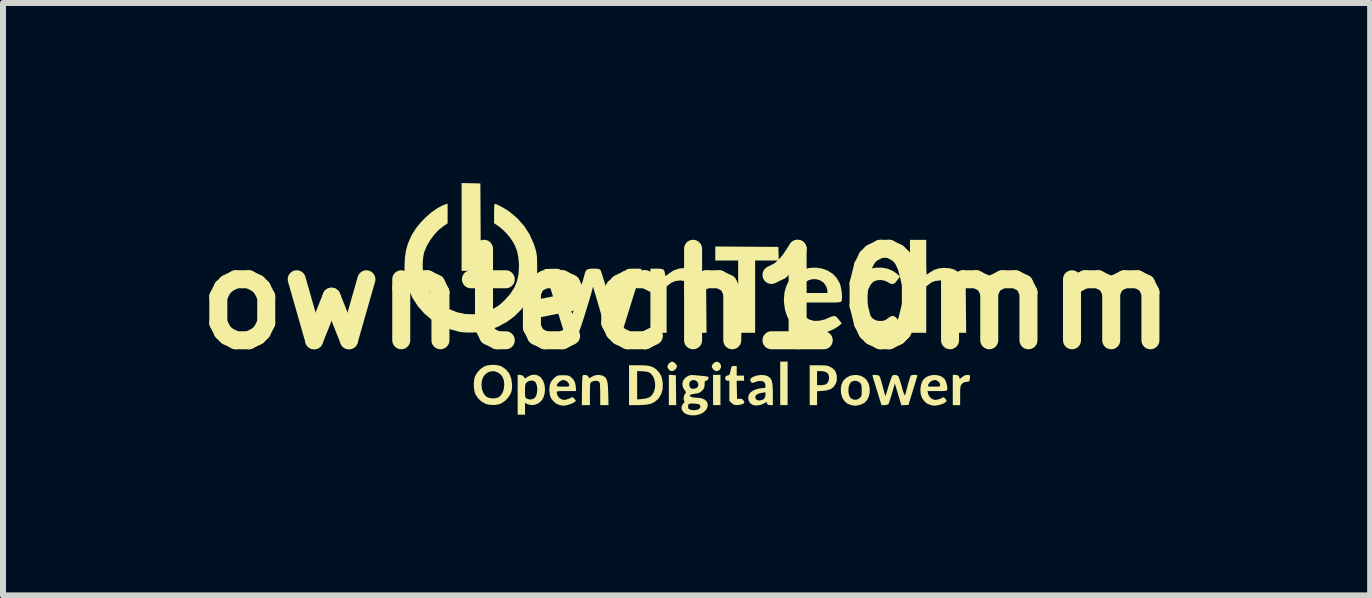
<source format=kicad_pcb>
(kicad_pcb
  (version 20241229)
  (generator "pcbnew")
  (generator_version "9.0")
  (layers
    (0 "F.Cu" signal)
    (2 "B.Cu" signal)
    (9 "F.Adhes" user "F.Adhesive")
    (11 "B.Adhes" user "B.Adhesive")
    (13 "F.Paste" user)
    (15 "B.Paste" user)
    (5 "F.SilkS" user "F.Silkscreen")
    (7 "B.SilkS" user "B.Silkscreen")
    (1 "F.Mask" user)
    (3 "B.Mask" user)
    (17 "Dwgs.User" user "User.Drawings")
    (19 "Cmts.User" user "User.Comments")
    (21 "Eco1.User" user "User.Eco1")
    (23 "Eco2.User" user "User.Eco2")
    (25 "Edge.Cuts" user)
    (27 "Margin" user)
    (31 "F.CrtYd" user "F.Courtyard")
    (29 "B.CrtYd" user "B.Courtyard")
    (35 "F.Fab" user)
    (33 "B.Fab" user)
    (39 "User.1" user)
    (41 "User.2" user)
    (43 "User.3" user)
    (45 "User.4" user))
  (footprint "owntech10mm"
    (layer "F.Cu")
    (at 8.389 1.93)
    (property "Reference" "owntech10mm" (at 0 0 0) (layer "F.SilkS") (effects (font (size 1.524 1.524) (thickness 0.3))))
    (attr board_only exclude_from_pos_files exclude_from_bom)
    (fp_poly (pts (xy 0.565 1.77) (xy 0.442 1.77) (xy 0.442 1.266) (xy 0.565 1.266)) (stroke (width 0) (type solid)) (fill yes) (layer "F.SilkS"))
    (fp_poly (pts (xy 1.684 1.77) (xy 1.561 1.77) (xy 1.561 1.045) (xy 1.684 1.045)) (stroke (width 0) (type solid)) (fill yes) (layer "F.SilkS"))
    (fp_poly (pts (xy -3.591 -1.927) (xy -3.435 -1.923) (xy -3.431 -1.195) (xy -3.428 -0.467) (xy -3.748 -0.467) (xy -3.748 -1.93)) (stroke (width 0) (type solid)) (fill yes) (layer "F.SilkS"))
    (fp_poly (pts (xy -0.237 1.268) (xy -0.178 1.272) (xy -0.175 1.521) (xy -0.172 1.77) (xy -0.295 1.77) (xy -0.295 1.264)) (stroke (width 0) (type solid)) (fill yes) (layer "F.SilkS"))
    (fp_poly (pts (xy 1.53 -0.866) (xy 1.537 -0.639) (xy 1.143 -0.639) (xy 1.143 0.565) (xy 0.86 0.565) (xy 0.86 -0.639) (xy 0.479 -0.639) (xy 0.479 -0.873)) (stroke (width 0) (type solid)) (fill yes) (layer "F.SilkS"))
    (fp_poly (pts (xy 0.553 1.069) (xy 0.573 1.103) (xy 0.574 1.141) (xy 0.558 1.175) (xy 0.528 1.198) (xy 0.499 1.204) (xy 0.468 1.194) (xy 0.443 1.172) (xy 0.422 1.138) (xy 0.422 1.11) (xy 0.442 1.081) (xy 0.448 1.075) (xy 0.485 1.049) (xy 0.521 1.048)) (stroke (width 0) (type solid)) (fill yes) (layer "F.SilkS"))
    (fp_poly (pts (xy -0.213 1.054) (xy -0.185 1.077) (xy -0.165 1.105) (xy -0.16 1.123) (xy -0.17 1.155) (xy -0.196 1.184) (xy -0.228 1.202) (xy -0.243 1.204) (xy -0.272 1.196) (xy -0.295 1.18) (xy -0.317 1.144) (xy -0.315 1.106) (xy -0.29 1.072) (xy -0.287 1.07) (xy -0.261 1.052) (xy -0.24 1.045) (xy -0.24 1.045)) (stroke (width 0) (type solid)) (fill yes) (layer "F.SilkS"))
    (fp_poly (pts (xy 4.519 1.273) (xy 4.542 1.296) (xy 4.547 1.319) (xy 4.549 1.331) (xy 4.559 1.329) (xy 4.581 1.312) (xy 4.59 1.304) (xy 4.634 1.275) (xy 4.675 1.266) (xy 4.707 1.268) (xy 4.722 1.278) (xy 4.724 1.302) (xy 4.72 1.333) (xy 4.713 1.365) (xy 4.702 1.379) (xy 4.678 1.382) (xy 4.665 1.382) (xy 4.626 1.388) (xy 4.595 1.409) (xy 4.589 1.417) (xy 4.576 1.433) (xy 4.568 1.449) (xy 4.563 1.472) (xy 4.56 1.505) (xy 4.559 1.553) (xy 4.559 1.61) (xy 4.559 1.77) (xy 4.436 1.77) (xy 4.436 1.266) (xy 4.477 1.266)) (stroke (width 0) (type solid)) (fill yes) (layer "F.SilkS"))
    (fp_poly (pts (xy 2.262 1.107) (xy 2.309 1.109) (xy 2.343 1.114) (xy 2.37 1.122) (xy 2.396 1.134) (xy 2.451 1.17) (xy 2.484 1.214) (xy 2.502 1.273) (xy 2.504 1.295) (xy 2.505 1.348) (xy 2.494 1.392) (xy 2.482 1.419) (xy 2.45 1.468) (xy 2.404 1.502) (xy 2.341 1.523) (xy 2.264 1.533) (xy 2.175 1.539) (xy 2.175 1.77) (xy 2.052 1.77) (xy 2.052 1.438) (xy 2.175 1.438) (xy 2.23 1.438) (xy 2.271 1.435) (xy 2.307 1.428) (xy 2.315 1.426) (xy 2.35 1.4) (xy 2.37 1.355) (xy 2.375 1.31) (xy 2.366 1.261) (xy 2.337 1.227) (xy 2.29 1.208) (xy 2.242 1.204) (xy 2.175 1.204) (xy 2.175 1.438) (xy 2.052 1.438) (xy 2.052 1.106) (xy 2.197 1.106)) (stroke (width 0) (type solid)) (fill yes) (layer "F.SilkS"))
    (fp_poly (pts (xy 0.793 1.118) (xy 0.836 1.118) (xy 0.836 1.278) (xy 0.958 1.278) (xy 0.958 1.364) (xy 0.835 1.364) (xy 0.842 1.665) (xy 0.886 1.664) (xy 0.92 1.667) (xy 0.941 1.683) (xy 0.951 1.697) (xy 0.964 1.721) (xy 0.961 1.735) (xy 0.939 1.748) (xy 0.935 1.751) (xy 0.899 1.762) (xy 0.855 1.769) (xy 0.841 1.77) (xy 0.8 1.766) (xy 0.77 1.752) (xy 0.749 1.734) (xy 0.713 1.698) (xy 0.713 1.366) (xy 0.679 1.362) (xy 0.655 1.355) (xy 0.646 1.336) (xy 0.645 1.321) (xy 0.649 1.294) (xy 0.666 1.281) (xy 0.681 1.278) (xy 0.706 1.27) (xy 0.72 1.252) (xy 0.727 1.223) (xy 0.738 1.172) (xy 0.746 1.142) (xy 0.755 1.126) (xy 0.768 1.119) (xy 0.787 1.118)) (stroke (width 0) (type solid)) (fill yes) (layer "F.SilkS"))
    (fp_poly (pts (xy -0.718 1.107) (xy -0.653 1.112) (xy -0.602 1.122) (xy -0.561 1.137) (xy -0.525 1.16) (xy -0.503 1.177) (xy -0.451 1.233) (xy -0.416 1.299) (xy -0.399 1.379) (xy -0.396 1.409) (xy -0.398 1.502) (xy -0.419 1.581) (xy -0.459 1.649) (xy -0.486 1.679) (xy -0.527 1.713) (xy -0.572 1.739) (xy -0.626 1.755) (xy -0.693 1.765) (xy -0.778 1.769) (xy -0.813 1.77) (xy -0.958 1.77) (xy -0.958 1.202) (xy -0.823 1.202) (xy -0.823 1.675) (xy -0.737 1.668) (xy -0.688 1.661) (xy -0.644 1.65) (xy -0.616 1.639) (xy -0.573 1.6) (xy -0.543 1.546) (xy -0.526 1.483) (xy -0.523 1.415) (xy -0.534 1.349) (xy -0.559 1.289) (xy -0.597 1.243) (xy -0.606 1.236) (xy -0.636 1.22) (xy -0.677 1.211) (xy -0.732 1.206) (xy -0.823 1.202) (xy -0.958 1.202) (xy -0.958 1.106) (xy -0.803 1.106)) (stroke (width 0) (type solid)) (fill yes) (layer "F.SilkS"))
    (fp_poly (pts (xy 3.994 -0.694) (xy 3.994 -0.613) (xy 3.995 -0.541) (xy 3.996 -0.48) (xy 3.998 -0.436) (xy 3.999 -0.41) (xy 4.001 -0.406) (xy 4.014 -0.412) (xy 4.039 -0.429) (xy 4.047 -0.436) (xy 4.127 -0.484) (xy 4.212 -0.51) (xy 4.291 -0.517) (xy 4.387 -0.51) (xy 4.467 -0.486) (xy 4.531 -0.443) (xy 4.584 -0.382) (xy 4.611 -0.334) (xy 4.651 -0.253) (xy 4.659 0.565) (xy 4.387 0.565) (xy 4.387 0.196) (xy 4.387 0.082) (xy 4.386 -0.01) (xy 4.384 -0.082) (xy 4.381 -0.139) (xy 4.376 -0.182) (xy 4.369 -0.214) (xy 4.359 -0.237) (xy 4.346 -0.256) (xy 4.33 -0.272) (xy 4.319 -0.281) (xy 4.287 -0.299) (xy 4.244 -0.306) (xy 4.219 -0.307) (xy 4.143 -0.299) (xy 4.078 -0.273) (xy 4.034 -0.24) (xy 3.994 -0.207) (xy 3.994 0.565) (xy 3.723 0.565) (xy 3.723 -0.983) (xy 3.994 -0.983)) (stroke (width 0) (type solid)) (fill yes) (layer "F.SilkS"))
    (fp_poly (pts (xy 0.071 -0.508) (xy 0.147 -0.484) (xy 0.208 -0.443) (xy 0.259 -0.382) (xy 0.286 -0.334) (xy 0.326 -0.253) (xy 0.333 0.565) (xy 0.061 0.565) (xy 0.061 0.189) (xy 0.061 0.08) (xy 0.061 -0.007) (xy 0.06 -0.075) (xy 0.058 -0.127) (xy 0.055 -0.166) (xy 0.052 -0.194) (xy 0.047 -0.214) (xy 0.041 -0.229) (xy 0.041 -0.229) (xy 0.01 -0.272) (xy -0.037 -0.297) (xy -0.101 -0.307) (xy -0.11 -0.307) (xy -0.186 -0.298) (xy -0.252 -0.269) (xy -0.292 -0.24) (xy -0.332 -0.207) (xy -0.332 0.565) (xy -0.602 0.565) (xy -0.602 -0.504) (xy -0.499 -0.504) (xy -0.442 -0.503) (xy -0.404 -0.497) (xy -0.381 -0.484) (xy -0.368 -0.461) (xy -0.36 -0.425) (xy -0.36 -0.425) (xy -0.354 -0.396) (xy -0.348 -0.381) (xy -0.347 -0.381) (xy -0.336 -0.388) (xy -0.312 -0.407) (xy -0.292 -0.424) (xy -0.213 -0.475) (xy -0.121 -0.506) (xy -0.021 -0.516)) (stroke (width 0) (type solid)) (fill yes) (layer "F.SilkS"))
    (fp_poly (pts (xy -1.399 1.279) (xy -1.388 1.284) (xy -1.362 1.301) (xy -1.342 1.323) (xy -1.327 1.354) (xy -1.317 1.396) (xy -1.31 1.455) (xy -1.306 1.532) (xy -1.305 1.576) (xy -1.3 1.77) (xy -1.438 1.77) (xy -1.438 1.591) (xy -1.439 1.524) (xy -1.441 1.465) (xy -1.444 1.419) (xy -1.449 1.392) (xy -1.45 1.388) (xy -1.472 1.371) (xy -1.507 1.364) (xy -1.547 1.368) (xy -1.582 1.383) (xy -1.582 1.383) (xy -1.593 1.392) (xy -1.6 1.403) (xy -1.605 1.421) (xy -1.608 1.45) (xy -1.609 1.493) (xy -1.61 1.556) (xy -1.61 1.586) (xy -1.61 1.77) (xy -1.745 1.77) (xy -1.742 1.521) (xy -1.741 1.436) (xy -1.739 1.373) (xy -1.737 1.329) (xy -1.735 1.299) (xy -1.731 1.281) (xy -1.725 1.272) (xy -1.718 1.268) (xy -1.716 1.268) (xy -1.677 1.268) (xy -1.646 1.282) (xy -1.631 1.303) (xy -1.626 1.317) (xy -1.617 1.32) (xy -1.598 1.31) (xy -1.578 1.297) (xy -1.522 1.272) (xy -1.459 1.266)) (stroke (width 0) (type solid)) (fill yes) (layer "F.SilkS"))
    (fp_poly (pts (xy -2.48 1.273) (xy -2.431 1.306) (xy -2.429 1.307) (xy -2.391 1.362) (xy -2.367 1.429) (xy -2.358 1.504) (xy -2.365 1.579) (xy -2.386 1.648) (xy -2.417 1.696) (xy -2.468 1.74) (xy -2.528 1.765) (xy -2.592 1.77) (xy -2.653 1.752) (xy -2.655 1.751) (xy -2.691 1.732) (xy -2.691 1.929) (xy -2.814 1.929) (xy -2.814 1.532) (xy -2.691 1.532) (xy -2.691 1.585) (xy -2.689 1.62) (xy -2.684 1.641) (xy -2.675 1.653) (xy -2.66 1.663) (xy -2.657 1.665) (xy -2.612 1.677) (xy -2.565 1.671) (xy -2.527 1.648) (xy -2.504 1.61) (xy -2.491 1.558) (xy -2.487 1.5) (xy -2.494 1.443) (xy -2.511 1.397) (xy -2.519 1.386) (xy -2.55 1.365) (xy -2.591 1.36) (xy -2.634 1.371) (xy -2.661 1.39) (xy -2.676 1.405) (xy -2.684 1.422) (xy -2.689 1.448) (xy -2.691 1.488) (xy -2.691 1.532) (xy -2.814 1.532) (xy -2.814 1.264) (xy -2.769 1.268) (xy -2.738 1.274) (xy -2.717 1.29) (xy -2.697 1.322) (xy -2.695 1.325) (xy -2.685 1.321) (xy -2.663 1.307) (xy -2.657 1.303) (xy -2.598 1.272) (xy -2.538 1.262)) (stroke (width 0) (type solid)) (fill yes) (layer "F.SilkS"))
    (fp_poly (pts (xy 2.911 1.285) (xy 2.968 1.319) (xy 3.002 1.354) (xy 3.035 1.414) (xy 3.051 1.483) (xy 3.052 1.554) (xy 3.038 1.623) (xy 3.009 1.683) (xy 2.967 1.729) (xy 2.965 1.73) (xy 2.919 1.755) (xy 2.865 1.772) (xy 2.813 1.78) (xy 2.772 1.776) (xy 2.771 1.776) (xy 2.751 1.77) (xy 2.726 1.764) (xy 2.672 1.741) (xy 2.627 1.698) (xy 2.594 1.641) (xy 2.574 1.573) (xy 2.572 1.541) (xy 2.697 1.541) (xy 2.705 1.597) (xy 2.725 1.642) (xy 2.758 1.67) (xy 2.802 1.681) (xy 2.848 1.675) (xy 2.884 1.654) (xy 2.901 1.637) (xy 2.912 1.62) (xy 2.917 1.595) (xy 2.918 1.556) (xy 2.918 1.526) (xy 2.918 1.475) (xy 2.914 1.441) (xy 2.906 1.419) (xy 2.892 1.4) (xy 2.889 1.396) (xy 2.849 1.37) (xy 2.803 1.363) (xy 2.758 1.376) (xy 2.735 1.392) (xy 2.712 1.431) (xy 2.699 1.483) (xy 2.697 1.541) (xy 2.572 1.541) (xy 2.57 1.5) (xy 2.582 1.426) (xy 2.583 1.424) (xy 2.612 1.363) (xy 2.658 1.317) (xy 2.716 1.285) (xy 2.78 1.269) (xy 2.847 1.268)) (stroke (width 0) (type solid)) (fill yes) (layer "F.SilkS"))
    (fp_poly (pts (xy -3.182 1.1) (xy -3.117 1.112) (xy -3.078 1.127) (xy -3.007 1.178) (xy -2.954 1.244) (xy -2.921 1.326) (xy -2.907 1.421) (xy -2.907 1.438) (xy -2.909 1.497) (xy -2.917 1.543) (xy -2.934 1.585) (xy -2.935 1.588) (xy -2.971 1.644) (xy -3.02 1.695) (xy -3.075 1.735) (xy -3.119 1.755) (xy -3.186 1.767) (xy -3.261 1.767) (xy -3.329 1.755) (xy -3.352 1.747) (xy -3.417 1.71) (xy -3.475 1.654) (xy -3.518 1.589) (xy -3.519 1.585) (xy -3.535 1.533) (xy -3.544 1.467) (xy -3.544 1.433) (xy -3.417 1.433) (xy -3.409 1.501) (xy -3.388 1.562) (xy -3.355 1.611) (xy -3.328 1.634) (xy -3.278 1.653) (xy -3.219 1.659) (xy -3.162 1.651) (xy -3.134 1.641) (xy -3.092 1.606) (xy -3.062 1.555) (xy -3.043 1.494) (xy -3.037 1.427) (xy -3.044 1.361) (xy -3.065 1.303) (xy -3.089 1.268) (xy -3.141 1.227) (xy -3.199 1.206) (xy -3.259 1.207) (xy -3.315 1.227) (xy -3.363 1.266) (xy -3.388 1.303) (xy -3.41 1.365) (xy -3.417 1.433) (xy -3.544 1.433) (xy -3.544 1.397) (xy -3.537 1.333) (xy -3.524 1.289) (xy -3.487 1.228) (xy -3.436 1.171) (xy -3.377 1.129) (xy -3.374 1.127) (xy -3.32 1.108) (xy -3.253 1.099)) (stroke (width 0) (type solid)) (fill yes) (layer "F.SilkS"))
    (fp_poly (pts (xy 3.346 -0.504) (xy 3.434 -0.468) (xy 3.504 -0.419) (xy 3.556 -0.373) (xy 3.51 -0.309) (xy 3.475 -0.268) (xy 3.443 -0.249) (xy 3.409 -0.25) (xy 3.367 -0.27) (xy 3.352 -0.28) (xy 3.295 -0.305) (xy 3.231 -0.315) (xy 3.168 -0.309) (xy 3.115 -0.287) (xy 3.112 -0.285) (xy 3.069 -0.24) (xy 3.035 -0.176) (xy 3.013 -0.098) (xy 3.003 -0.009) (xy 3.005 0.086) (xy 3.009 0.119) (xy 3.031 0.212) (xy 3.064 0.283) (xy 3.109 0.333) (xy 3.166 0.361) (xy 3.222 0.369) (xy 3.273 0.365) (xy 3.315 0.351) (xy 3.358 0.322) (xy 3.371 0.312) (xy 3.411 0.287) (xy 3.448 0.284) (xy 3.484 0.304) (xy 3.517 0.34) (xy 3.541 0.375) (xy 3.552 0.397) (xy 3.55 0.414) (xy 3.547 0.421) (xy 3.524 0.445) (xy 3.486 0.475) (xy 3.439 0.505) (xy 3.391 0.532) (xy 3.355 0.548) (xy 3.3 0.561) (xy 3.233 0.57) (xy 3.164 0.573) (xy 3.1 0.57) (xy 3.051 0.561) (xy 2.959 0.518) (xy 2.881 0.456) (xy 2.818 0.377) (xy 2.771 0.281) (xy 2.741 0.169) (xy 2.728 0.045) (xy 2.728 0.02) (xy 2.736 -0.083) (xy 2.757 -0.183) (xy 2.791 -0.274) (xy 2.836 -0.352) (xy 2.884 -0.406) (xy 2.965 -0.462) (xy 3.056 -0.5) (xy 3.153 -0.52) (xy 3.251 -0.521)) (stroke (width 0) (type solid)) (fill yes) (layer "F.SilkS"))
    (fp_poly (pts (xy 1.3 1.271) (xy 1.345 1.284) (xy 1.377 1.303) (xy 1.401 1.327) (xy 1.418 1.36) (xy 1.429 1.404) (xy 1.435 1.465) (xy 1.438 1.545) (xy 1.438 1.585) (xy 1.438 1.77) (xy 1.394 1.77) (xy 1.361 1.766) (xy 1.346 1.753) (xy 1.343 1.745) (xy 1.337 1.727) (xy 1.327 1.722) (xy 1.307 1.731) (xy 1.285 1.744) (xy 1.228 1.768) (xy 1.163 1.776) (xy 1.109 1.769) (xy 1.066 1.744) (xy 1.039 1.706) (xy 1.027 1.659) (xy 1.032 1.623) (xy 1.146 1.623) (xy 1.147 1.653) (xy 1.163 1.678) (xy 1.192 1.691) (xy 1.231 1.691) (xy 1.271 1.678) (xy 1.292 1.664) (xy 1.31 1.633) (xy 1.315 1.6) (xy 1.315 1.557) (xy 1.26 1.564) (xy 1.205 1.576) (xy 1.166 1.596) (xy 1.146 1.623) (xy 1.032 1.623) (xy 1.033 1.61) (xy 1.058 1.566) (xy 1.063 1.561) (xy 1.107 1.529) (xy 1.166 1.504) (xy 1.232 1.489) (xy 1.268 1.487) (xy 1.298 1.485) (xy 1.312 1.477) (xy 1.315 1.454) (xy 1.315 1.446) (xy 1.306 1.403) (xy 1.279 1.376) (xy 1.237 1.366) (xy 1.182 1.373) (xy 1.133 1.39) (xy 1.104 1.4) (xy 1.088 1.398) (xy 1.074 1.383) (xy 1.06 1.354) (xy 1.067 1.33) (xy 1.096 1.307) (xy 1.111 1.298) (xy 1.171 1.277) (xy 1.237 1.268)) (stroke (width 0) (type solid)) (fill yes) (layer "F.SilkS"))
    (fp_poly (pts (xy 4.19 1.273) (xy 4.248 1.294) (xy 4.293 1.329) (xy 4.305 1.344) (xy 4.322 1.379) (xy 4.336 1.424) (xy 4.344 1.469) (xy 4.345 1.505) (xy 4.343 1.513) (xy 4.338 1.522) (xy 4.328 1.529) (xy 4.308 1.533) (xy 4.274 1.535) (xy 4.222 1.536) (xy 4.176 1.536) (xy 4.015 1.536) (xy 4.023 1.576) (xy 4.041 1.619) (xy 4.075 1.656) (xy 4.117 1.679) (xy 4.144 1.683) (xy 4.181 1.678) (xy 4.224 1.665) (xy 4.235 1.66) (xy 4.286 1.637) (xy 4.313 1.665) (xy 4.33 1.689) (xy 4.33 1.708) (xy 4.309 1.727) (xy 4.277 1.744) (xy 4.241 1.758) (xy 4.196 1.77) (xy 4.15 1.777) (xy 4.113 1.779) (xy 4.098 1.776) (xy 4.078 1.77) (xy 4.053 1.764) (xy 4.009 1.745) (xy 3.965 1.708) (xy 3.929 1.661) (xy 3.919 1.641) (xy 3.9 1.577) (xy 3.896 1.505) (xy 3.904 1.448) (xy 4.022 1.448) (xy 4.026 1.456) (xy 4.041 1.46) (xy 4.072 1.462) (xy 4.122 1.462) (xy 4.173 1.462) (xy 4.204 1.46) (xy 4.22 1.455) (xy 4.226 1.446) (xy 4.227 1.435) (xy 4.216 1.4) (xy 4.188 1.37) (xy 4.15 1.353) (xy 4.134 1.352) (xy 4.09 1.363) (xy 4.051 1.391) (xy 4.026 1.43) (xy 4.025 1.435) (xy 4.022 1.448) (xy 3.904 1.448) (xy 3.906 1.434) (xy 3.929 1.372) (xy 3.954 1.335) (xy 4.002 1.298) (xy 4.062 1.275) (xy 4.126 1.267)) (stroke (width 0) (type solid)) (fill yes) (layer "F.SilkS"))
    (fp_poly (pts (xy -2.005 1.273) (xy -1.97 1.279) (xy -1.943 1.291) (xy -1.934 1.297) (xy -1.887 1.34) (xy -1.86 1.389) (xy -1.847 1.451) (xy -1.846 1.462) (xy -1.84 1.536) (xy -2.002 1.536) (xy -2.067 1.536) (xy -2.112 1.537) (xy -2.14 1.54) (xy -2.155 1.544) (xy -2.162 1.551) (xy -2.163 1.56) (xy -2.151 1.609) (xy -2.121 1.649) (xy -2.078 1.676) (xy -2.036 1.684) (xy -2.006 1.678) (xy -1.968 1.666) (xy -1.952 1.659) (xy -1.899 1.635) (xy -1.868 1.666) (xy -1.848 1.687) (xy -1.845 1.7) (xy -1.857 1.712) (xy -1.862 1.716) (xy -1.9 1.739) (xy -1.95 1.759) (xy -2.002 1.773) (xy -2.049 1.779) (xy -2.082 1.776) (xy -2.083 1.776) (xy -2.103 1.77) (xy -2.128 1.764) (xy -2.172 1.745) (xy -2.216 1.708) (xy -2.253 1.661) (xy -2.262 1.646) (xy -2.278 1.597) (xy -2.285 1.535) (xy -2.286 1.515) (xy -2.28 1.443) (xy -2.163 1.443) (xy -2.159 1.453) (xy -2.144 1.458) (xy -2.115 1.461) (xy -2.066 1.462) (xy -2.058 1.462) (xy -2.008 1.462) (xy -1.977 1.46) (xy -1.961 1.455) (xy -1.955 1.446) (xy -1.954 1.437) (xy -1.965 1.405) (xy -1.992 1.375) (xy -2.028 1.356) (xy -2.053 1.352) (xy -2.086 1.36) (xy -2.12 1.382) (xy -2.148 1.41) (xy -2.162 1.438) (xy -2.163 1.443) (xy -2.28 1.443) (xy -2.28 1.442) (xy -2.26 1.384) (xy -2.223 1.335) (xy -2.194 1.309) (xy -2.168 1.289) (xy -2.143 1.278) (xy -2.112 1.273) (xy -2.065 1.272) (xy -2.058 1.272)) (stroke (width 0) (type solid)) (fill yes) (layer "F.SilkS"))
    (fp_poly (pts (xy 2.26 -0.505) (xy 2.353 -0.471) (xy 2.434 -0.419) (xy 2.5 -0.351) (xy 2.548 -0.268) (xy 2.556 -0.249) (xy 2.571 -0.198) (xy 2.582 -0.138) (xy 2.589 -0.078) (xy 2.591 -0.023) (xy 2.587 0.019) (xy 2.582 0.035) (xy 2.577 0.043) (xy 2.57 0.049) (xy 2.558 0.053) (xy 2.539 0.057) (xy 2.509 0.059) (xy 2.466 0.06) (xy 2.407 0.061) (xy 2.329 0.061) (xy 2.23 0.061) (xy 1.892 0.061) (xy 1.892 0.098) (xy 1.9 0.15) (xy 1.921 0.208) (xy 1.949 0.262) (xy 1.982 0.303) (xy 1.984 0.305) (xy 2.049 0.346) (xy 2.124 0.366) (xy 2.209 0.365) (xy 2.299 0.344) (xy 2.352 0.322) (xy 2.407 0.298) (xy 2.446 0.286) (xy 2.476 0.288) (xy 2.501 0.303) (xy 2.528 0.334) (xy 2.538 0.346) (xy 2.586 0.409) (xy 2.543 0.445) (xy 2.488 0.484) (xy 2.419 0.52) (xy 2.346 0.549) (xy 2.287 0.565) (xy 2.218 0.574) (xy 2.141 0.576) (xy 2.066 0.572) (xy 2.002 0.563) (xy 1.991 0.56) (xy 1.888 0.52) (xy 1.801 0.461) (xy 1.731 0.385) (xy 1.677 0.292) (xy 1.641 0.185) (xy 1.624 0.063) (xy 1.622 0.011) (xy 1.631 -0.098) (xy 1.892 -0.098) (xy 2.347 -0.098) (xy 2.347 -0.133) (xy 2.342 -0.164) (xy 2.327 -0.204) (xy 2.319 -0.222) (xy 2.281 -0.273) (xy 2.228 -0.308) (xy 2.166 -0.327) (xy 2.101 -0.329) (xy 2.036 -0.312) (xy 1.979 -0.277) (xy 1.974 -0.273) (xy 1.948 -0.24) (xy 1.923 -0.194) (xy 1.904 -0.145) (xy 1.9 -0.132) (xy 1.892 -0.098) (xy 1.631 -0.098) (xy 1.632 -0.109) (xy 1.663 -0.216) (xy 1.711 -0.31) (xy 1.777 -0.389) (xy 1.859 -0.451) (xy 1.956 -0.494) (xy 2.05 -0.516) (xy 2.158 -0.521)) (stroke (width 0) (type solid)) (fill yes) (layer "F.SilkS"))
    (fp_poly (pts (xy 3.502 1.271) (xy 3.529 1.291) (xy 3.531 1.293) (xy 3.54 1.316) (xy 3.554 1.356) (xy 3.571 1.409) (xy 3.588 1.469) (xy 3.589 1.472) (xy 3.604 1.527) (xy 3.619 1.571) (xy 3.63 1.599) (xy 3.637 1.608) (xy 3.638 1.607) (xy 3.644 1.59) (xy 3.655 1.554) (xy 3.668 1.504) (xy 3.684 1.445) (xy 3.686 1.438) (xy 3.702 1.379) (xy 3.717 1.33) (xy 3.73 1.294) (xy 3.739 1.276) (xy 3.74 1.275) (xy 3.76 1.269) (xy 3.79 1.266) (xy 3.82 1.267) (xy 3.842 1.271) (xy 3.846 1.275) (xy 3.843 1.29) (xy 3.833 1.323) (xy 3.818 1.373) (xy 3.799 1.436) (xy 3.777 1.507) (xy 3.773 1.523) (xy 3.75 1.595) (xy 3.731 1.659) (xy 3.715 1.711) (xy 3.704 1.747) (xy 3.699 1.764) (xy 3.699 1.765) (xy 3.688 1.768) (xy 3.66 1.769) (xy 3.639 1.77) (xy 3.578 1.77) (xy 3.554 1.687) (xy 3.537 1.631) (xy 3.518 1.567) (xy 3.5 1.507) (xy 3.471 1.41) (xy 3.423 1.574) (xy 3.405 1.635) (xy 3.388 1.688) (xy 3.374 1.729) (xy 3.365 1.752) (xy 3.364 1.754) (xy 3.345 1.764) (xy 3.312 1.769) (xy 3.3 1.77) (xy 3.248 1.77) (xy 3.173 1.526) (xy 3.15 1.452) (xy 3.13 1.387) (xy 3.114 1.333) (xy 3.102 1.295) (xy 3.097 1.275) (xy 3.097 1.274) (xy 3.107 1.267) (xy 3.133 1.266) (xy 3.165 1.268) (xy 3.194 1.274) (xy 3.21 1.281) (xy 3.22 1.299) (xy 3.233 1.335) (xy 3.249 1.387) (xy 3.266 1.449) (xy 3.269 1.46) (xy 3.284 1.519) (xy 3.297 1.567) (xy 3.307 1.602) (xy 3.312 1.618) (xy 3.313 1.618) (xy 3.318 1.606) (xy 3.329 1.574) (xy 3.344 1.527) (xy 3.361 1.47) (xy 3.367 1.45) (xy 3.386 1.389) (xy 3.404 1.338) (xy 3.419 1.299) (xy 3.43 1.278) (xy 3.432 1.276) (xy 3.466 1.265)) (stroke (width 0) (type solid)) (fill yes) (layer "F.SilkS"))
    (fp_poly (pts (xy 0.134 1.271) (xy 0.185 1.276) (xy 0.245 1.282) (xy 0.286 1.285) (xy 0.331 1.291) (xy 0.357 1.298) (xy 0.368 1.307) (xy 0.369 1.314) (xy 0.358 1.343) (xy 0.333 1.362) (xy 0.32 1.364) (xy 0.308 1.37) (xy 0.302 1.392) (xy 0.301 1.425) (xy 0.298 1.467) (xy 0.286 1.497) (xy 0.265 1.523) (xy 0.238 1.548) (xy 0.21 1.565) (xy 0.175 1.575) (xy 0.123 1.583) (xy 0.118 1.584) (xy 0.076 1.593) (xy 0.055 1.605) (xy 0.055 1.619) (xy 0.074 1.632) (xy 0.109 1.642) (xy 0.159 1.646) (xy 0.173 1.647) (xy 0.243 1.654) (xy 0.298 1.675) (xy 0.335 1.708) (xy 0.353 1.749) (xy 0.351 1.797) (xy 0.329 1.845) (xy 0.285 1.89) (xy 0.224 1.922) (xy 0.153 1.939) (xy 0.077 1.94) (xy 0.017 1.928) (xy -0.032 1.905) (xy -0.066 1.87) (xy -0.083 1.83) (xy -0.082 1.795) (xy 0.025 1.795) (xy 0.031 1.827) (xy 0.052 1.843) (xy 0.095 1.853) (xy 0.144 1.854) (xy 0.187 1.845) (xy 0.206 1.836) (xy 0.228 1.811) (xy 0.231 1.783) (xy 0.214 1.76) (xy 0.211 1.758) (xy 0.185 1.751) (xy 0.146 1.746) (xy 0.103 1.743) (xy 0.064 1.744) (xy 0.04 1.749) (xy 0.039 1.75) (xy 0.029 1.767) (xy 0.025 1.795) (xy -0.082 1.795) (xy -0.082 1.788) (xy -0.06 1.749) (xy -0.055 1.745) (xy -0.035 1.72) (xy -0.037 1.703) (xy -0.048 1.678) (xy -0.048 1.641) (xy -0.037 1.604) (xy -0.026 1.584) (xy -0.011 1.564) (xy -0.011 1.549) (xy -0.025 1.528) (xy -0.032 1.521) (xy -0.062 1.468) (xy -0.068 1.425) (xy 0.045 1.425) (xy 0.05 1.458) (xy 0.061 1.48) (xy 0.087 1.495) (xy 0.124 1.498) (xy 0.16 1.488) (xy 0.174 1.479) (xy 0.195 1.447) (xy 0.195 1.412) (xy 0.179 1.38) (xy 0.149 1.358) (xy 0.116 1.352) (xy 0.076 1.361) (xy 0.052 1.388) (xy 0.045 1.425) (xy -0.068 1.425) (xy -0.069 1.413) (xy -0.056 1.36) (xy -0.022 1.315) (xy 0.016 1.289) (xy 0.054 1.273) (xy 0.093 1.268)) (stroke (width 0) (type solid)) (fill yes) (layer "F.SilkS"))
    (fp_poly (pts (xy -3.981 -1.258) (xy -4.042 -1.218) (xy -4.123 -1.155) (xy -4.201 -1.073) (xy -4.271 -0.979) (xy -4.329 -0.881) (xy -4.369 -0.783) (xy -4.374 -0.768) (xy -4.386 -0.705) (xy -4.394 -0.627) (xy -4.396 -0.542) (xy -4.393 -0.461) (xy -4.384 -0.39) (xy -4.382 -0.381) (xy -4.344 -0.255) (xy -4.284 -0.137) (xy -4.206 -0.028) (xy -4.112 0.066) (xy -4.006 0.143) (xy -3.957 0.17) (xy -3.823 0.223) (xy -3.687 0.252) (xy -3.551 0.257) (xy -3.415 0.237) (xy -3.28 0.192) (xy -3.232 0.17) (xy -3.176 0.14) (xy -3.128 0.109) (xy -3.081 0.069) (xy -3.025 0.016) (xy -3.022 0.013) (xy -2.934 -0.088) (xy -2.867 -0.192) (xy -2.823 -0.301) (xy -2.798 -0.421) (xy -2.792 -0.554) (xy -2.793 -0.584) (xy -2.803 -0.695) (xy -2.823 -0.791) (xy -2.855 -0.879) (xy -2.897 -0.957) (xy -2.941 -1.021) (xy -2.998 -1.089) (xy -3.061 -1.152) (xy -3.123 -1.204) (xy -3.151 -1.224) (xy -3.207 -1.26) (xy -3.207 -1.422) (xy -3.206 -1.494) (xy -3.204 -1.546) (xy -3.199 -1.577) (xy -3.195 -1.585) (xy -3.173 -1.579) (xy -3.136 -1.562) (xy -3.09 -1.538) (xy -3.04 -1.51) (xy -2.99 -1.48) (xy -2.948 -1.451) (xy -2.943 -1.447) (xy -2.814 -1.338) (xy -2.705 -1.213) (xy -2.616 -1.075) (xy -2.547 -0.921) (xy -2.523 -0.851) (xy -2.51 -0.806) (xy -2.501 -0.767) (xy -2.495 -0.726) (xy -2.491 -0.679) (xy -2.49 -0.618) (xy -2.489 -0.553) (xy -2.489 -0.475) (xy -2.491 -0.415) (xy -2.495 -0.367) (xy -2.501 -0.326) (xy -2.511 -0.286) (xy -2.516 -0.267) (xy -2.575 -0.105) (xy -2.653 0.041) (xy -2.75 0.173) (xy -2.865 0.288) (xy -2.996 0.385) (xy -3.143 0.464) (xy -3.305 0.525) (xy -3.32 0.529) (xy -3.396 0.545) (xy -3.487 0.556) (xy -3.584 0.561) (xy -3.678 0.56) (xy -3.761 0.552) (xy -3.789 0.547) (xy -3.956 0.501) (xy -4.109 0.434) (xy -4.247 0.347) (xy -4.37 0.243) (xy -4.477 0.121) (xy -4.567 -0.018) (xy -4.637 -0.172) (xy -4.665 -0.255) (xy -4.679 -0.302) (xy -4.688 -0.343) (xy -4.694 -0.386) (xy -4.697 -0.437) (xy -4.699 -0.503) (xy -4.699 -0.541) (xy -4.693 -0.681) (xy -4.675 -0.805) (xy -4.643 -0.92) (xy -4.595 -1.032) (xy -4.569 -1.081) (xy -4.505 -1.18) (xy -4.428 -1.276) (xy -4.34 -1.365) (xy -4.247 -1.445) (xy -4.152 -1.511) (xy -4.059 -1.56) (xy -4.009 -1.578) (xy -3.981 -1.587)) (stroke (width 0) (type solid)) (fill yes) (layer "F.SilkS"))
    (fp_poly (pts (xy -0.805 -0.504) (xy -0.773 -0.502) (xy -0.757 -0.498) (xy -0.752 -0.49) (xy -0.753 -0.478) (xy -0.754 -0.476) (xy -0.759 -0.459) (xy -0.771 -0.421) (xy -0.788 -0.364) (xy -0.81 -0.292) (xy -0.836 -0.206) (xy -0.866 -0.11) (xy -0.898 -0.006) (xy -0.918 0.058) (xy -1.075 0.565) (xy -1.194 0.565) (xy -1.253 0.564) (xy -1.293 0.561) (xy -1.317 0.554) (xy -1.327 0.547) (xy -1.334 0.531) (xy -1.347 0.494) (xy -1.365 0.44) (xy -1.387 0.371) (xy -1.412 0.291) (xy -1.439 0.203) (xy -1.45 0.163) (xy -1.558 -0.203) (xy -1.573 -0.147) (xy -1.589 -0.087) (xy -1.61 -0.015) (xy -1.633 0.064) (xy -1.659 0.147) (xy -1.685 0.23) (xy -1.71 0.311) (xy -1.734 0.385) (xy -1.755 0.449) (xy -1.773 0.499) (xy -1.785 0.532) (xy -1.791 0.544) (xy -1.805 0.554) (xy -1.827 0.561) (xy -1.863 0.564) (xy -1.917 0.565) (xy -1.925 0.565) (xy -2.039 0.565) (xy -2.064 0.482) (xy -2.073 0.452) (xy -2.089 0.401) (xy -2.11 0.333) (xy -2.135 0.251) (xy -2.164 0.159) (xy -2.195 0.059) (xy -2.227 -0.045) (xy -2.228 -0.049) (xy -2.368 -0.498) (xy -2.245 -0.501) (xy -2.186 -0.502) (xy -2.148 -0.501) (xy -2.123 -0.497) (xy -2.107 -0.489) (xy -2.1 -0.483) (xy -2.091 -0.464) (xy -2.077 -0.423) (xy -2.059 -0.361) (xy -2.038 -0.281) (xy -2.013 -0.185) (xy -1.997 -0.117) (xy -1.975 -0.027) (xy -1.955 0.055) (xy -1.938 0.127) (xy -1.923 0.185) (xy -1.912 0.227) (xy -1.907 0.248) (xy -1.906 0.25) (xy -1.901 0.244) (xy -1.89 0.217) (xy -1.874 0.172) (xy -1.853 0.11) (xy -1.83 0.036) (xy -1.803 -0.049) (xy -1.775 -0.142) (xy -1.746 -0.241) (xy -1.717 -0.343) (xy -1.694 -0.427) (xy -1.68 -0.463) (xy -1.662 -0.485) (xy -1.633 -0.498) (xy -1.587 -0.503) (xy -1.549 -0.504) (xy -1.497 -0.503) (xy -1.463 -0.498) (xy -1.443 -0.489) (xy -1.435 -0.482) (xy -1.427 -0.465) (xy -1.414 -0.428) (xy -1.396 -0.373) (xy -1.374 -0.303) (xy -1.35 -0.223) (xy -1.324 -0.134) (xy -1.314 -0.096) (xy -1.288 -0.006) (xy -1.265 0.076) (xy -1.245 0.147) (xy -1.228 0.204) (xy -1.216 0.244) (xy -1.21 0.264) (xy -1.209 0.267) (xy -1.205 0.254) (xy -1.196 0.222) (xy -1.183 0.172) (xy -1.166 0.107) (xy -1.147 0.032) (xy -1.131 -0.031) (xy -1.1 -0.149) (xy -1.075 -0.245) (xy -1.055 -0.322) (xy -1.038 -0.382) (xy -1.025 -0.426) (xy -1.014 -0.458) (xy -1.004 -0.478) (xy -0.996 -0.49) (xy -0.989 -0.496) (xy -0.988 -0.496) (xy -0.968 -0.5) (xy -0.929 -0.502) (xy -0.88 -0.504) (xy -0.858 -0.504)) (stroke (width 0) (type solid)) (fill yes) (layer "F.SilkS")))
  (gr_rect
    (start -3 -3)
    (end 19.779 6.87)
    (stroke (width 0.1) (type default))
    (fill no)
    (layer "Edge.Cuts")))
</source>
